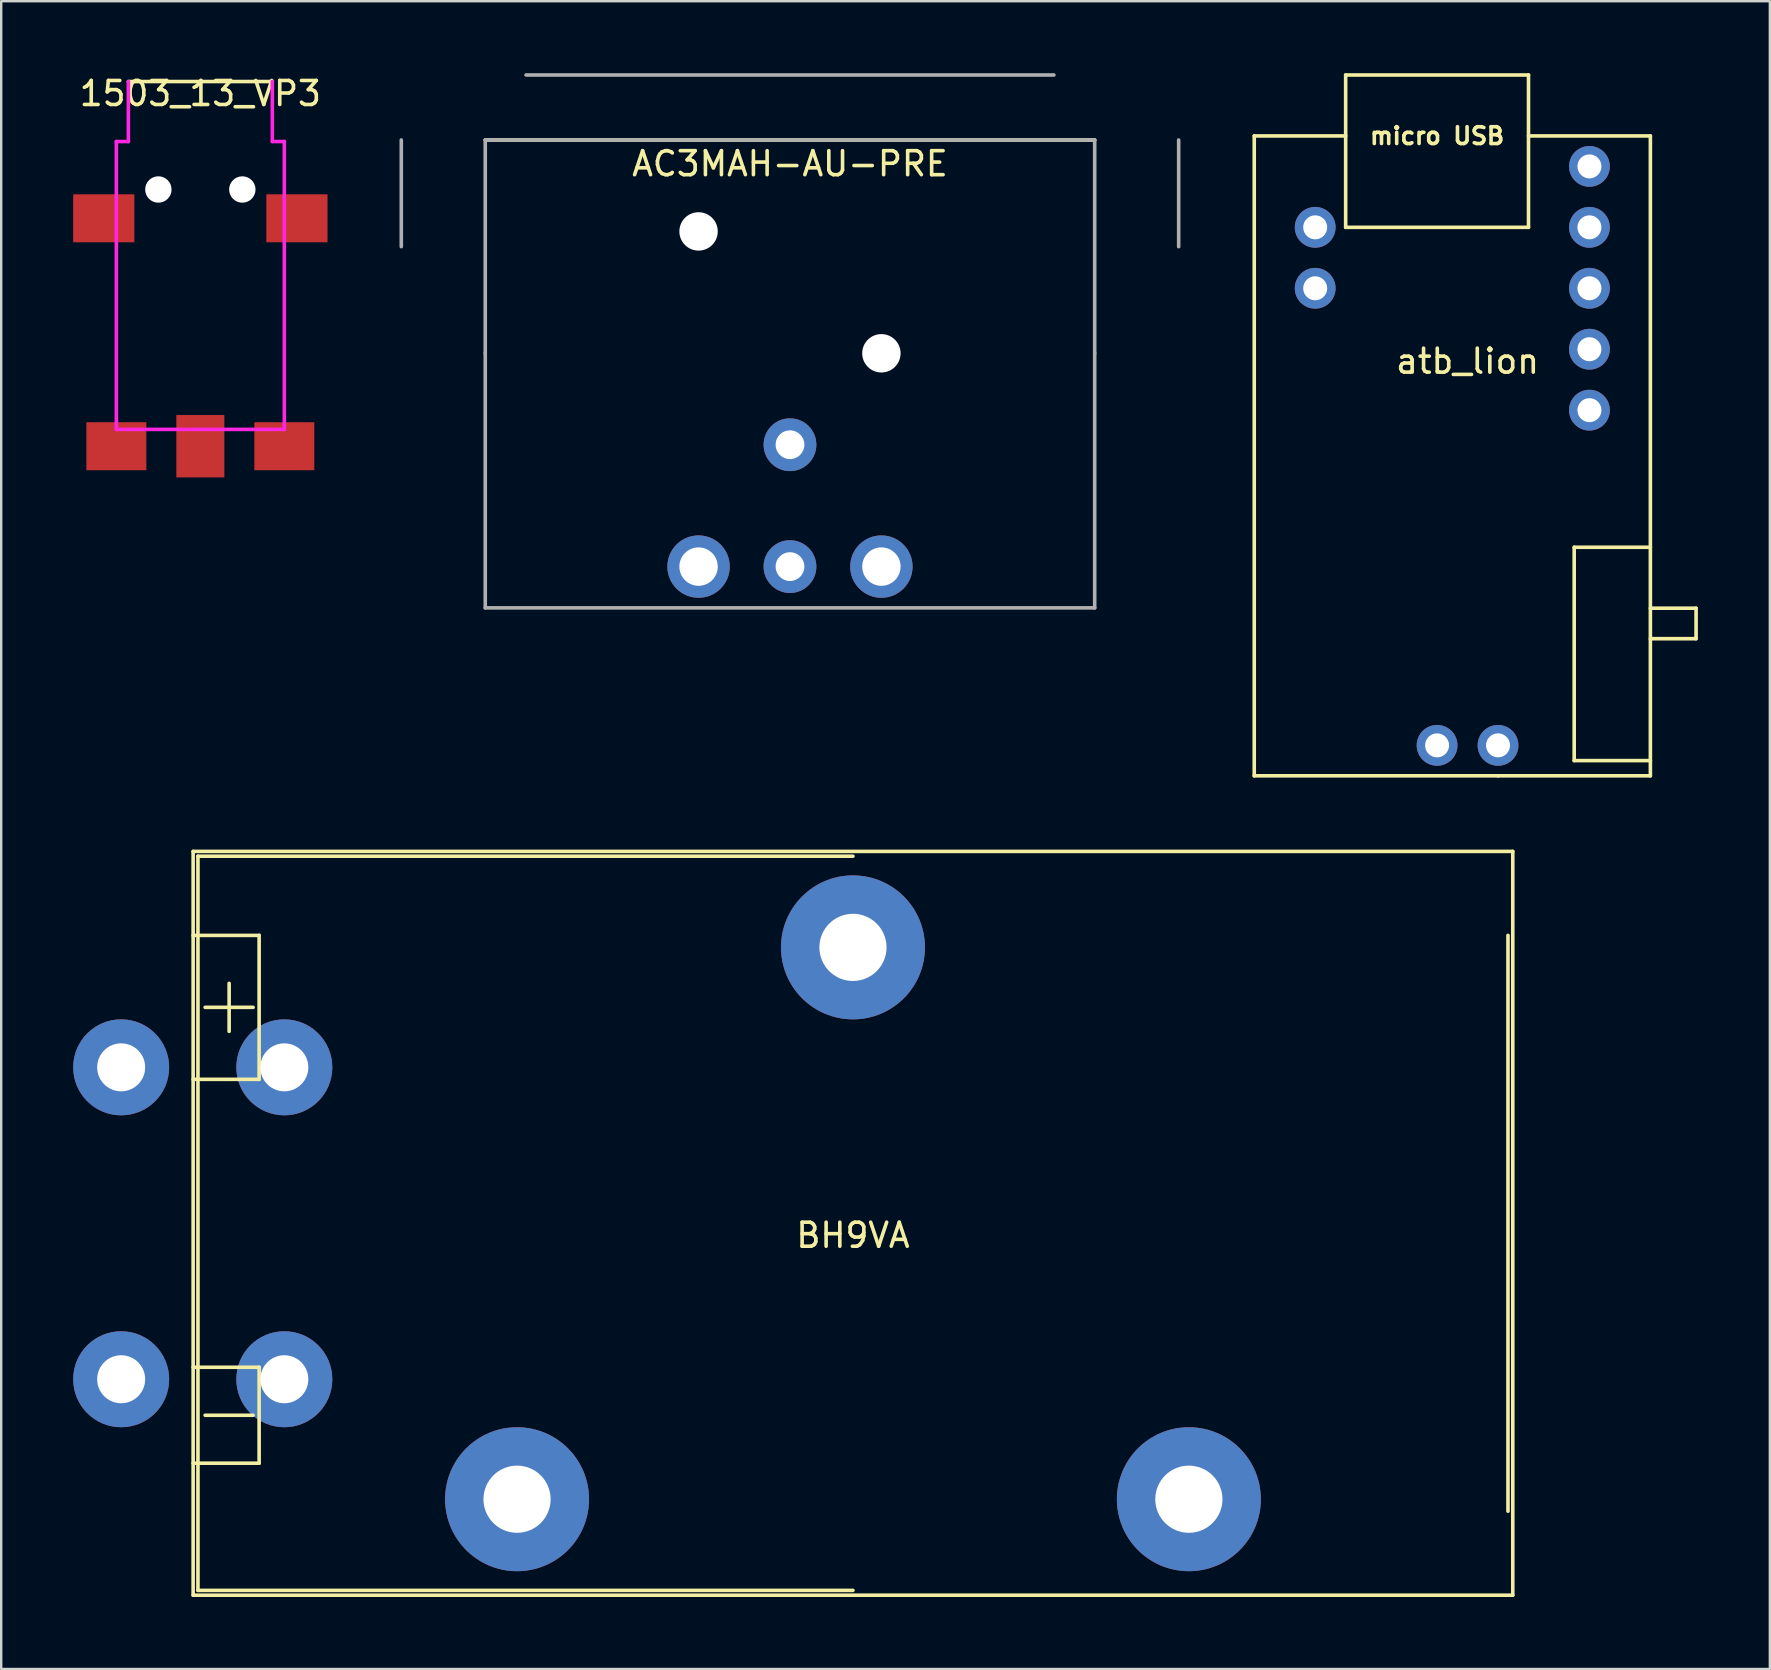
<source format=kicad_pcb>
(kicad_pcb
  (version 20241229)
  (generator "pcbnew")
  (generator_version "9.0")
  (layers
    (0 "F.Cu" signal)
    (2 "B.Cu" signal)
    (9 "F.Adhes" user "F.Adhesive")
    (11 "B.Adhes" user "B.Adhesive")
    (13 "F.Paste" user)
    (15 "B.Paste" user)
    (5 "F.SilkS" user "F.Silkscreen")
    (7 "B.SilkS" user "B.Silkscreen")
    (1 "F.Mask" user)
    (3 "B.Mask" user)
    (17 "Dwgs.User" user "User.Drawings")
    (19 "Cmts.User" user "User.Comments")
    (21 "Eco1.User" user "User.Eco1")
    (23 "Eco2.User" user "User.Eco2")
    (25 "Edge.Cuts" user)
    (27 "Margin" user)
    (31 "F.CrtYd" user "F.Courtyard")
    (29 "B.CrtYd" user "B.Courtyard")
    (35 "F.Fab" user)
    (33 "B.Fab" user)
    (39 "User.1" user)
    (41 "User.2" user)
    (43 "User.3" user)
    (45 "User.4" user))
  (footprint "AC3MAH-AU-PRE"
    (layer "F.Cu")
    (at 29.875 2.775)
    (property "Reference" "AC3MAH-AU-PRE" (at 0 1 0) (layer "F.SilkS") (effects (font (size 1 1) (thickness 0.15))))
    (attr through_hole)
    (fp_line (start -12.7 0.01) (end 12.7 0.01) (stroke (width 0.15) (type solid)) (layer "F.SilkS"))
    (fp_line (start -16.2 0.01) (end -16.2 4.455) (stroke (width 0.15) (type solid)) (layer "F.Fab"))
    (fp_line (start -12.7 0.01) (end -12.7 8.9) (stroke (width 0.15) (type solid)) (layer "F.Fab"))
    (fp_line (start -12.7 0.01) (end 12.7 0.01) (stroke (width 0.15) (type solid)) (layer "F.Fab"))
    (fp_line (start -12.7 8.9) (end -12.7 19.51) (stroke (width 0.15) (type solid)) (layer "F.Fab"))
    (fp_line (start -12.7 19.51) (end 12.7 19.51) (stroke (width 0.15) (type solid)) (layer "F.Fab"))
    (fp_line (start -11 -2.7) (end 11 -2.7) (stroke (width 0.15) (type solid)) (layer "F.Fab"))
    (fp_line (start 12.7 0.01) (end 12.7 8.9) (stroke (width 0.15) (type solid)) (layer "F.Fab"))
    (fp_line (start 12.7 19.51) (end 12.7 8.9) (stroke (width 0.15) (type solid)) (layer "F.Fab"))
    (fp_line (start 16.2 0.01) (end 16.2 4.455) (stroke (width 0.15) (type solid)) (layer "F.Fab"))
    (pad "" np_thru_hole circle (at -3.81 3.82) (size 1.6 1.6) (drill 1.6) (layers "*.Cu" "*.Mask"))
    (pad "" np_thru_hole circle (at 3.81 8.9) (size 1.6 1.6) (drill 1.6) (layers "*.Cu" "*.Mask"))
    (pad "1" thru_hole circle (at 3.81 17.79) (size 2.6 2.6) (drill 1.6) (layers "*.Cu" "*.Mask"))
    (pad "2" thru_hole circle (at -3.81 17.79) (size 2.6 2.6) (drill 1.6) (layers "*.Cu" "*.Mask"))
    (pad "3" thru_hole circle (at 0 17.79) (size 2.2 2.2) (drill 1.2) (layers "*.Cu" "*.Mask"))
    (pad "4" thru_hole circle (at 0 12.71) (size 2.2 2.2) (drill 1.2) (layers "*.Cu" "*.Mask")))
  (footprint "atb_lion"
    (layer "F.Cu")
    (at 56.845 11.505)
    (property "Reference" "atb_lion" (at 1.27 0.5 0) (layer "F.SilkS") (effects (font (size 1 1) (thickness 0.15))))
    (attr through_hole)
    (fp_line (start -7.62 -8.89) (end -7.62 17.78) (stroke (width 0.15) (type solid)) (layer "F.SilkS"))
    (fp_line (start -7.62 17.78) (end 2.54 17.78) (stroke (width 0.15) (type solid)) (layer "F.SilkS"))
    (fp_line (start -3.81 -11.43) (end -3.81 -5.08) (stroke (width 0.15) (type solid)) (layer "F.SilkS"))
    (fp_line (start -3.81 -8.89) (end -7.62 -8.89) (stroke (width 0.15) (type solid)) (layer "F.SilkS"))
    (fp_line (start -3.81 -5.08) (end 3.81 -5.08) (stroke (width 0.15) (type solid)) (layer "F.SilkS"))
    (fp_line (start 2.54 17.78) (end 8.89 17.78) (stroke (width 0.15) (type solid)) (layer "F.SilkS"))
    (fp_line (start 3.81 -11.43) (end -3.81 -11.43) (stroke (width 0.15) (type solid)) (layer "F.SilkS"))
    (fp_line (start 3.81 -5.08) (end 3.81 -11.43) (stroke (width 0.15) (type solid)) (layer "F.SilkS"))
    (fp_line (start 5.715 8.255) (end 8.89 8.255) (stroke (width 0.15) (type solid)) (layer "F.SilkS"))
    (fp_line (start 5.715 17.145) (end 5.715 8.255) (stroke (width 0.15) (type solid)) (layer "F.SilkS"))
    (fp_line (start 8.89 -8.89) (end 3.81 -8.89) (stroke (width 0.15) (type solid)) (layer "F.SilkS"))
    (fp_line (start 8.89 12.065) (end 10.795 12.065) (stroke (width 0.15) (type solid)) (layer "F.SilkS"))
    (fp_line (start 8.89 17.145) (end 5.715 17.145) (stroke (width 0.15) (type solid)) (layer "F.SilkS"))
    (fp_line (start 8.89 17.78) (end 8.89 -8.89) (stroke (width 0.15) (type solid)) (layer "F.SilkS"))
    (fp_line (start 10.795 10.795) (end 8.89 10.795) (stroke (width 0.15) (type solid)) (layer "F.SilkS"))
    (fp_line (start 10.795 12.065) (end 10.795 10.795) (stroke (width 0.15) (type solid)) (layer "F.SilkS"))
    (fp_text user "micro USB" (at 0 -8.89 0) (layer "F.SilkS") (effects (font (size 0.7 0.7) (thickness 0.15))))
    (pad "1" thru_hole circle (at 6.35 -7.62) (size 1.7 1.7) (drill 1) (layers "*.Cu" "*.Mask"))
    (pad "2" thru_hole circle (at 6.35 -5.08) (size 1.7 1.7) (drill 1) (layers "*.Cu" "*.Mask"))
    (pad "3" thru_hole circle (at 6.35 -2.54) (size 1.7 1.7) (drill 1) (layers "*.Cu" "*.Mask"))
    (pad "4" thru_hole circle (at 6.35 0) (size 1.7 1.7) (drill 1) (layers "*.Cu" "*.Mask"))
    (pad "5" thru_hole circle (at 6.35 2.54) (size 1.7 1.7) (drill 1) (layers "*.Cu" "*.Mask"))
    (pad "6" thru_hole circle (at -5.08 -5.08) (size 1.7 1.7) (drill 1) (layers "*.Cu" "*.Mask"))
    (pad "7" thru_hole circle (at -5.08 -2.54) (size 1.7 1.7) (drill 1) (layers "*.Cu" "*.Mask"))
    (pad "8" thru_hole circle (at 2.54 16.51) (size 1.7 1.7) (drill 1) (layers "*.Cu" "*.Mask"))
    (pad "9" thru_hole circle (at 0 16.51) (size 1.7 1.7) (drill 1) (layers "*.Cu" "*.Mask")))
  (footprint "BH9VA"
    (layer "F.Cu")
    (at 32.5 47.935)
    (property "Reference" "BH9VA" (at 0 0.5 0) (layer "F.SilkS") (effects (font (size 1 1) (thickness 0.15))))
    (attr through_hole)
    (fp_line (start -27.5 -15.5) (end 27.5 -15.5) (stroke (width 0.15) (type solid)) (layer "F.SilkS"))
    (fp_line (start -27.5 -6) (end -24.75 -6) (stroke (width 0.15) (type solid)) (layer "F.SilkS"))
    (fp_line (start -27.5 10) (end -24.75 10) (stroke (width 0.15) (type solid)) (layer "F.SilkS"))
    (fp_line (start -27.5 15.5) (end -27.5 -15.5) (stroke (width 0.15) (type solid)) (layer "F.SilkS"))
    (fp_line (start -27.3 -15.3) (end 0 -15.3) (stroke (width 0.15) (type solid)) (layer "F.SilkS"))
    (fp_line (start -27.3 15.3) (end -27.3 -15.3) (stroke (width 0.15) (type solid)) (layer "F.SilkS"))
    (fp_line (start -27 -9) (end -25 -9) (stroke (width 0.15) (type solid)) (layer "F.SilkS"))
    (fp_line (start -27 8) (end -25 8) (stroke (width 0.15) (type solid)) (layer "F.SilkS"))
    (fp_line (start -26 -8) (end -26 -10) (stroke (width 0.15) (type solid)) (layer "F.SilkS"))
    (fp_line (start -24.75 -12) (end -27.5 -12) (stroke (width 0.15) (type solid)) (layer "F.SilkS"))
    (fp_line (start -24.75 -6) (end -24.75 -12) (stroke (width 0.15) (type solid)) (layer "F.SilkS"))
    (fp_line (start -24.75 6) (end -27.5 6) (stroke (width 0.15) (type solid)) (layer "F.SilkS"))
    (fp_line (start -24.75 10) (end -24.75 6) (stroke (width 0.15) (type solid)) (layer "F.SilkS"))
    (fp_line (start 0 15.3) (end -27.3 15.3) (stroke (width 0.15) (type solid)) (layer "F.SilkS"))
    (fp_line (start 27.3 -12) (end 27.3 12) (stroke (width 0.15) (type solid)) (layer "F.SilkS"))
    (fp_line (start 27.5 -15.5) (end 27.5 15.5) (stroke (width 0.15) (type solid)) (layer "F.SilkS"))
    (fp_line (start 27.5 15.5) (end -27.5 15.5) (stroke (width 0.15) (type solid)) (layer "F.SilkS"))
    (pad "" thru_hole circle (at -23.7 -6.5) (size 4 4) (drill 2) (layers "*.Cu" "*.Mask"))
    (pad "" thru_hole circle (at -23.7 6.5) (size 4 4) (drill 2) (layers "*.Cu" "*.Mask"))
    (pad "" thru_hole circle (at -14 11.5) (size 6 6) (drill 2.8) (layers "*.Cu" "*.Mask"))
    (pad "" thru_hole circle (at 0 -11.5) (size 6 6) (drill 2.8) (layers "*.Cu" "*.Mask"))
    (pad "" thru_hole circle (at 14 11.5) (size 6 6) (drill 2.8) (layers "*.Cu" "*.Mask"))
    (pad "1" thru_hole circle (at -30.5 -6.5) (size 4 4) (drill 2) (layers "*.Cu" "*.Mask"))
    (pad "2" thru_hole circle (at -30.5 6.5) (size 4 4) (drill 2) (layers "*.Cu" "*.Mask")))
  (footprint "1503_13_VP3"
    (layer "F.Cu")
    (at 5.3 0.348)
    (property "Reference" "1503_13_VP3" (at 0 0.5 0) (layer "F.SilkS") (effects (font (size 1 1) (thickness 0.15))))
    (attr through_hole)
    (fp_line (start -3 0) (end 0 0) (stroke (width 0.15) (type solid)) (layer "F.SilkS"))
    (fp_line (start 0 0) (end 3 0) (stroke (width 0.15) (type solid)) (layer "F.SilkS"))
    (fp_line (start -3.5 2.5) (end -3 2.5) (stroke (width 0.15) (type solid)) (layer "F.CrtYd"))
    (fp_line (start -3.5 14.5) (end -3.5 2.5) (stroke (width 0.15) (type solid)) (layer "F.CrtYd"))
    (fp_line (start -3 2.5) (end -3 0) (stroke (width 0.15) (type solid)) (layer "F.CrtYd"))
    (fp_line (start 3 0) (end 3 2.5) (stroke (width 0.15) (type solid)) (layer "F.CrtYd"))
    (fp_line (start 3 2.5) (end 3.5 2.5) (stroke (width 0.15) (type solid)) (layer "F.CrtYd"))
    (fp_line (start 3.5 2.5) (end 3.5 14.5) (stroke (width 0.15) (type solid)) (layer "F.CrtYd"))
    (fp_line (start 3.5 14.5) (end -3.5 14.5) (stroke (width 0.15) (type solid)) (layer "F.CrtYd"))
    (pad "" np_thru_hole circle (at -1.75 4.5) (size 1.1 1.1) (drill 1.1) (layers "*.Cu" "*.Mask"))
    (pad "" np_thru_hole circle (at 1.75 4.5) (size 1.1 1.1) (drill 1.1) (layers "*.Cu" "*.Mask"))
    (pad "1" smd rect (at 0 15.2) (size 2 2.6) (layers "F.Cu" "F.Mask" "F.Paste"))
    (pad "2" smd rect (at 3.5 15.2) (size 2.5 2) (layers "F.Cu" "F.Mask" "F.Paste"))
    (pad "3" smd rect (at -3.5 15.2) (size 2.5 2) (layers "F.Cu" "F.Mask" "F.Paste"))
    (pad "4" smd rect (at -4.025 5.7) (size 2.55 2) (layers "F.Cu" "F.Mask" "F.Paste"))
    (pad "4" smd rect (at 4.025 5.7) (size 2.55 2) (layers "F.Cu" "F.Mask" "F.Paste")))
  (gr_rect
    (start -3 -3)
    (end 70.715 66.51)
    (stroke (width 0.1) (type default))
    (fill no)
    (layer "Edge.Cuts")))
</source>
